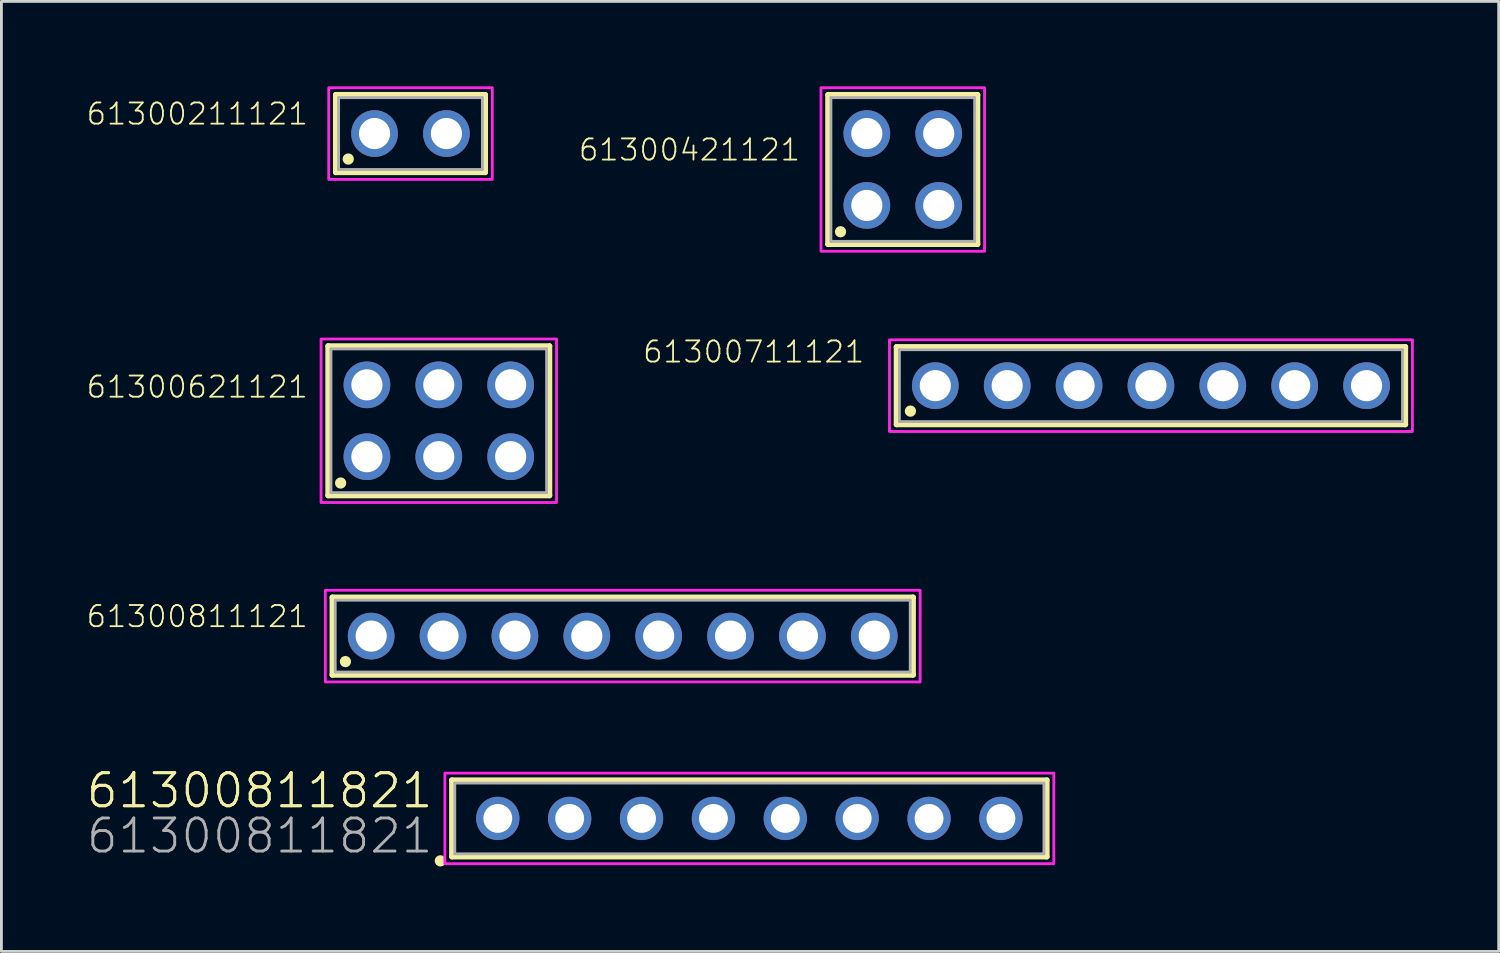
<source format=kicad_pcb>
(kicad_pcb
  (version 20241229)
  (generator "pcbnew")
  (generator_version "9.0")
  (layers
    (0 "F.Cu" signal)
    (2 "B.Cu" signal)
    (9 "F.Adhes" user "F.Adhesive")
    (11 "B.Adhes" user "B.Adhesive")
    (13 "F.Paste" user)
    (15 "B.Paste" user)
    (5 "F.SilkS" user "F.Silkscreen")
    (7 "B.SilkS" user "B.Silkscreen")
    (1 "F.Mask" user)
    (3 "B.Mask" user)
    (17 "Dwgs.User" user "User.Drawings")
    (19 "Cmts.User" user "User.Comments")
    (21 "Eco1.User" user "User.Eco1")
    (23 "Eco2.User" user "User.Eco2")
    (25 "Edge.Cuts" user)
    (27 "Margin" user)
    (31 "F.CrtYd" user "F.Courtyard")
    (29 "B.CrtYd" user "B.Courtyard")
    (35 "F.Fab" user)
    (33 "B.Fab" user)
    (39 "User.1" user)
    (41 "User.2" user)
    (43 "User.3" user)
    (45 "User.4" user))
  (footprint "61300421121"
    (layer "F.Cu")
    (at 28.854 2.94)
    (property "Reference" "61300421121" (at -3.578 -0.256 0) (unlocked yes) (layer "F.SilkS") (effects (font (size 0.748 0.748) (thickness 0.065)) (justify right bottom)))
    (fp_line (start -2.64 -2.64) (end 2.64 -2.64) (stroke (width 0.2) (type solid)) (layer "F.SilkS"))
    (fp_line (start -2.64 2.64) (end -2.64 -2.64) (stroke (width 0.2) (type solid)) (layer "F.SilkS"))
    (fp_line (start 2.64 -2.64) (end 2.64 2.64) (stroke (width 0.2) (type solid)) (layer "F.SilkS"))
    (fp_line (start 2.64 2.64) (end -2.64 2.64) (stroke (width 0.2) (type solid)) (layer "F.SilkS"))
    (fp_circle (center -2.2 2.2) (end -2.1 2.2) (stroke (width 0.2) (type solid)) (fill no) (layer "F.SilkS"))
    (fp_poly (pts (xy 2.89 2.89) (xy -2.89 2.89) (xy -2.89 -2.89) (xy 2.89 -2.89)) (stroke (width 0.1) (type default)) (fill no) (layer "F.CrtYd"))
    (fp_line (start -2.54 -2.54) (end 2.54 -2.54) (stroke (width 0.1) (type solid)) (layer "F.Fab"))
    (fp_line (start -2.54 2.54) (end -2.54 -2.54) (stroke (width 0.1) (type solid)) (layer "F.Fab"))
    (fp_line (start 2.54 -2.54) (end 2.54 2.54) (stroke (width 0.1) (type solid)) (layer "F.Fab"))
    (fp_line (start 2.54 2.54) (end -2.54 2.54) (stroke (width 0.1) (type solid)) (layer "F.Fab"))
    (pad "1" thru_hole circle (at -1.27 1.27 90) (size 1.65 1.65) (drill 1.1) (layers "*.Cu" "*.Mask"))
    (pad "2" thru_hole circle (at -1.27 -1.27 270) (size 1.65 1.65) (drill 1.1) (layers "*.Cu" "*.Mask"))
    (pad "3" thru_hole circle (at 1.27 1.27 90) (size 1.65 1.65) (drill 1.1) (layers "*.Cu" "*.Mask"))
    (pad "4" thru_hole circle (at 1.27 -1.27 270) (size 1.65 1.65) (drill 1.1) (layers "*.Cu" "*.Mask")))
  (footprint "61300621121"
    (layer "F.Cu")
    (at 12.457 11.82)
    (property "Reference" "61300621121" (at -4.578 -0.756 0) (unlocked yes) (layer "F.SilkS") (effects (font (size 0.748 0.748) (thickness 0.065)) (justify right bottom)))
    (fp_line (start -3.91 -2.64) (end 3.91 -2.64) (stroke (width 0.2) (type solid)) (layer "F.SilkS"))
    (fp_line (start -3.91 2.64) (end -3.91 -2.64) (stroke (width 0.2) (type solid)) (layer "F.SilkS"))
    (fp_line (start 3.91 -2.64) (end 3.91 2.64) (stroke (width 0.2) (type solid)) (layer "F.SilkS"))
    (fp_line (start 3.91 2.64) (end -3.91 2.64) (stroke (width 0.2) (type solid)) (layer "F.SilkS"))
    (fp_circle (center -3.47 2.2) (end -3.37 2.2) (stroke (width 0.2) (type solid)) (fill no) (layer "F.SilkS"))
    (fp_poly (pts (xy 4.16 2.89) (xy -4.16 2.89) (xy -4.16 -2.89) (xy 4.16 -2.89)) (stroke (width 0.1) (type default)) (fill no) (layer "F.CrtYd"))
    (fp_line (start -3.81 -2.54) (end 3.81 -2.54) (stroke (width 0.1) (type solid)) (layer "F.Fab"))
    (fp_line (start -3.81 2.54) (end -3.81 -2.54) (stroke (width 0.1) (type solid)) (layer "F.Fab"))
    (fp_line (start 3.81 -2.54) (end 3.81 2.54) (stroke (width 0.1) (type solid)) (layer "F.Fab"))
    (fp_line (start 3.81 2.54) (end -3.81 2.54) (stroke (width 0.1) (type solid)) (layer "F.Fab"))
    (pad "1" thru_hole circle (at -2.54 1.27 90) (size 1.65 1.65) (drill 1.1) (layers "*.Cu" "*.Mask"))
    (pad "2" thru_hole circle (at -2.54 -1.27 270) (size 1.65 1.65) (drill 1.1) (layers "*.Cu" "*.Mask"))
    (pad "3" thru_hole circle (at 0 1.27 90) (size 1.65 1.65) (drill 1.1) (layers "*.Cu" "*.Mask"))
    (pad "4" thru_hole circle (at 0 -1.27 270) (size 1.65 1.65) (drill 1.1) (layers "*.Cu" "*.Mask"))
    (pad "5" thru_hole circle (at 2.54 1.27 90) (size 1.65 1.65) (drill 1.1) (layers "*.Cu" "*.Mask"))
    (pad "6" thru_hole circle (at 2.54 -1.27 270) (size 1.65 1.65) (drill 1.1) (layers "*.Cu" "*.Mask")))
  (footprint "61300811121"
    (layer "F.Cu")
    (at 18.957 19.43)
    (property "Reference" "61300811121" (at -11.078 -0.256 0) (unlocked yes) (layer "F.SilkS") (effects (font (size 0.748 0.748) (thickness 0.065)) (justify right bottom)))
    (fp_line (start -10.26 -1.37) (end 10.26 -1.37) (stroke (width 0.2) (type solid)) (layer "F.SilkS"))
    (fp_line (start -10.26 1.37) (end -10.26 -1.37) (stroke (width 0.2) (type solid)) (layer "F.SilkS"))
    (fp_line (start 10.26 -1.37) (end 10.26 1.37) (stroke (width 0.2) (type solid)) (layer "F.SilkS"))
    (fp_line (start 10.26 1.37) (end -10.26 1.37) (stroke (width 0.2) (type solid)) (layer "F.SilkS"))
    (fp_circle (center -9.8 0.9) (end -9.7 0.9) (stroke (width 0.2) (type solid)) (fill no) (layer "F.SilkS"))
    (fp_poly (pts (xy 10.51 1.62) (xy -10.51 1.62) (xy -10.51 -1.62) (xy 10.51 -1.62)) (stroke (width 0.1) (type default)) (fill no) (layer "F.CrtYd"))
    (fp_line (start -10.16 -1.27) (end -10.16 1.27) (stroke (width 0.1) (type solid)) (layer "F.Fab"))
    (fp_line (start -10.16 1.27) (end 10.16 1.27) (stroke (width 0.1) (type solid)) (layer "F.Fab"))
    (fp_line (start 10.16 -1.27) (end -10.16 -1.27) (stroke (width 0.1) (type solid)) (layer "F.Fab"))
    (fp_line (start 10.16 1.27) (end 10.16 -1.27) (stroke (width 0.1) (type solid)) (layer "F.Fab"))
    (pad "1" thru_hole circle (at -8.89 0) (size 1.65 1.65) (drill 1.1) (layers "*.Cu" "*.Mask"))
    (pad "2" thru_hole circle (at -6.35 0) (size 1.65 1.65) (drill 1.1) (layers "*.Cu" "*.Mask"))
    (pad "3" thru_hole circle (at -3.81 0) (size 1.65 1.65) (drill 1.1) (layers "*.Cu" "*.Mask"))
    (pad "4" thru_hole circle (at -1.27 0) (size 1.65 1.65) (drill 1.1) (layers "*.Cu" "*.Mask"))
    (pad "5" thru_hole circle (at 1.27 0) (size 1.65 1.65) (drill 1.1) (layers "*.Cu" "*.Mask"))
    (pad "6" thru_hole circle (at 3.81 0) (size 1.65 1.65) (drill 1.1) (layers "*.Cu" "*.Mask"))
    (pad "7" thru_hole circle (at 6.35 0) (size 1.65 1.65) (drill 1.1) (layers "*.Cu" "*.Mask"))
    (pad "8" thru_hole circle (at 8.89 0) (size 1.65 1.65) (drill 1.1) (layers "*.Cu" "*.Mask")))
  (footprint "61300711121"
    (layer "F.Cu")
    (at 37.624 10.579)
    (property "Reference" "61300711121" (at -10.078 -0.756 0) (unlocked yes) (layer "F.SilkS") (effects (font (size 0.748 0.748) (thickness 0.065)) (justify right bottom)))
    (fp_line (start -8.99 -1.37) (end 8.99 -1.37) (stroke (width 0.2) (type solid)) (layer "F.SilkS"))
    (fp_line (start -8.99 1.37) (end -8.99 -1.37) (stroke (width 0.2) (type solid)) (layer "F.SilkS"))
    (fp_line (start 8.99 -1.37) (end 8.99 1.37) (stroke (width 0.2) (type solid)) (layer "F.SilkS"))
    (fp_line (start 8.99 1.37) (end -8.99 1.37) (stroke (width 0.2) (type solid)) (layer "F.SilkS"))
    (fp_circle (center -8.5 0.9) (end -8.4 0.9) (stroke (width 0.2) (type solid)) (fill no) (layer "F.SilkS"))
    (fp_poly (pts (xy 9.24 1.62) (xy -9.24 1.62) (xy -9.24 -1.62) (xy 9.24 -1.62)) (stroke (width 0.1) (type default)) (fill no) (layer "F.CrtYd"))
    (fp_line (start -8.89 -1.27) (end -8.89 1.27) (stroke (width 0.1) (type solid)) (layer "F.Fab"))
    (fp_line (start -8.89 1.27) (end 8.89 1.27) (stroke (width 0.1) (type solid)) (layer "F.Fab"))
    (fp_line (start 8.89 -1.27) (end -8.89 -1.27) (stroke (width 0.1) (type solid)) (layer "F.Fab"))
    (fp_line (start 8.89 1.27) (end 8.89 -1.27) (stroke (width 0.1) (type solid)) (layer "F.Fab"))
    (pad "1" thru_hole circle (at -7.62 0) (size 1.65 1.65) (drill 1.1) (layers "*.Cu" "*.Mask"))
    (pad "2" thru_hole circle (at -5.08 0) (size 1.65 1.65) (drill 1.1) (layers "*.Cu" "*.Mask"))
    (pad "3" thru_hole circle (at -2.54 0) (size 1.65 1.65) (drill 1.1) (layers "*.Cu" "*.Mask"))
    (pad "4" thru_hole circle (at 0 0) (size 1.65 1.65) (drill 1.1) (layers "*.Cu" "*.Mask"))
    (pad "5" thru_hole circle (at 2.54 0) (size 1.65 1.65) (drill 1.1) (layers "*.Cu" "*.Mask"))
    (pad "6" thru_hole circle (at 5.08 0) (size 1.65 1.65) (drill 1.1) (layers "*.Cu" "*.Mask"))
    (pad "7" thru_hole circle (at 7.62 0) (size 1.65 1.65) (drill 1.1) (layers "*.Cu" "*.Mask")))
  (footprint "61300811821"
    (layer "F.Cu")
    (at 23.432 25.873)
    (property "Reference" "61300811821" (at -11.12 -0.3 0) (unlocked yes) (layer "F.SilkS") (effects (font (size 1.168 1.168) (thickness 0.102)) (justify right bottom)))
    (property "Value" "61300811821" (at -11.12 1.3 0) (unlocked yes) (layer "F.Fab") (hide yes) (effects (font (size 1.168 1.168) (thickness 0.102)) (justify right bottom)))
    (fp_line (start -10.51 -1.35) (end 10.51 -1.35) (stroke (width 0.2) (type solid)) (layer "F.SilkS"))
    (fp_line (start -10.51 1.35) (end -10.51 -1.35) (stroke (width 0.2) (type solid)) (layer "F.SilkS"))
    (fp_line (start 10.51 -1.35) (end 10.51 1.35) (stroke (width 0.2) (type solid)) (layer "F.SilkS"))
    (fp_line (start 10.51 1.35) (end -10.51 1.35) (stroke (width 0.2) (type solid)) (layer "F.SilkS"))
    (fp_circle (center -10.92 1.5) (end -10.82 1.5) (stroke (width 0.2) (type solid)) (fill no) (layer "F.SilkS"))
    (fp_poly (pts (xy 10.76 1.6) (xy -10.76 1.6) (xy -10.76 -1.6) (xy 10.76 -1.6)) (stroke (width 0.1) (type default)) (fill no) (layer "F.CrtYd"))
    (fp_line (start -10.41 -1.25) (end -10.41 1.25) (stroke (width 0.1) (type solid)) (layer "F.Fab"))
    (fp_line (start -10.41 1.25) (end 10.41 1.25) (stroke (width 0.1) (type solid)) (layer "F.Fab"))
    (fp_line (start 10.41 -1.25) (end -10.41 -1.25) (stroke (width 0.1) (type solid)) (layer "F.Fab"))
    (fp_line (start 10.41 1.25) (end 10.41 -1.25) (stroke (width 0.1) (type solid)) (layer "F.Fab"))
    (fp_text user "${REFERENCE}" (at -11.12 -0.3 0) (unlocked yes) (layer "F.SilkS") (effects (font (size 1.168 1.168) (thickness 0.102)) (justify right bottom)))
    (fp_text user "${VALUE}" (at -11.12 1.3 0) (unlocked yes) (layer "F.Fab") (effects (font (size 1.168 1.168) (thickness 0.102)) (justify right bottom)))
    (pad "1" thru_hole circle (at -8.89 0) (size 1.53 1.53) (drill 1.02) (layers "*.Cu" "*.Mask"))
    (pad "2" thru_hole circle (at -6.35 0) (size 1.53 1.53) (drill 1.02) (layers "*.Cu" "*.Mask"))
    (pad "3" thru_hole circle (at -3.81 0) (size 1.53 1.53) (drill 1.02) (layers "*.Cu" "*.Mask"))
    (pad "4" thru_hole circle (at -1.27 0) (size 1.53 1.53) (drill 1.02) (layers "*.Cu" "*.Mask"))
    (pad "5" thru_hole circle (at 1.27 0) (size 1.53 1.53) (drill 1.02) (layers "*.Cu" "*.Mask"))
    (pad "6" thru_hole circle (at 3.81 0) (size 1.53 1.53) (drill 1.02) (layers "*.Cu" "*.Mask"))
    (pad "7" thru_hole circle (at 6.35 0) (size 1.53 1.53) (drill 1.02) (layers "*.Cu" "*.Mask"))
    (pad "8" thru_hole circle (at 8.89 0) (size 1.53 1.53) (drill 1.02) (layers "*.Cu" "*.Mask")))
  (footprint "61300211121"
    (layer "F.Cu")
    (at 11.457 1.67)
    (property "Reference" "61300211121" (at -3.578 -0.256 0) (unlocked yes) (layer "F.SilkS") (effects (font (size 0.748 0.748) (thickness 0.065)) (justify right bottom)))
    (fp_line (start -2.64 -1.37) (end 2.64 -1.37) (stroke (width 0.2) (type solid)) (layer "F.SilkS"))
    (fp_line (start -2.64 1.37) (end -2.64 -1.37) (stroke (width 0.2) (type solid)) (layer "F.SilkS"))
    (fp_line (start 2.64 -1.37) (end 2.64 1.37) (stroke (width 0.2) (type solid)) (layer "F.SilkS"))
    (fp_line (start 2.64 1.37) (end -2.64 1.37) (stroke (width 0.2) (type solid)) (layer "F.SilkS"))
    (fp_circle (center -2.2 0.9) (end -2.1 0.9) (stroke (width 0.2) (type solid)) (fill no) (layer "F.SilkS"))
    (fp_poly (pts (xy 2.89 1.62) (xy -2.89 1.62) (xy -2.89 -1.62) (xy 2.89 -1.62)) (stroke (width 0.1) (type default)) (fill no) (layer "F.CrtYd"))
    (fp_line (start -2.54 -1.27) (end -2.54 1.27) (stroke (width 0.1) (type solid)) (layer "F.Fab"))
    (fp_line (start -2.54 1.27) (end 2.54 1.27) (stroke (width 0.1) (type solid)) (layer "F.Fab"))
    (fp_line (start 2.54 -1.27) (end -2.54 -1.27) (stroke (width 0.1) (type solid)) (layer "F.Fab"))
    (fp_line (start 2.54 1.27) (end 2.54 -1.27) (stroke (width 0.1) (type solid)) (layer "F.Fab"))
    (pad "1" thru_hole circle (at -1.27 0 90) (size 1.65 1.65) (drill 1.1) (layers "*.Cu" "*.Mask"))
    (pad "2" thru_hole circle (at 1.27 0) (size 1.65 1.65) (drill 1.1) (layers "*.Cu" "*.Mask")))
  (gr_rect
    (start -3 -3)
    (end 49.914 30.573)
    (stroke (width 0.1) (type default))
    (fill no)
    (layer "Edge.Cuts")))
</source>
